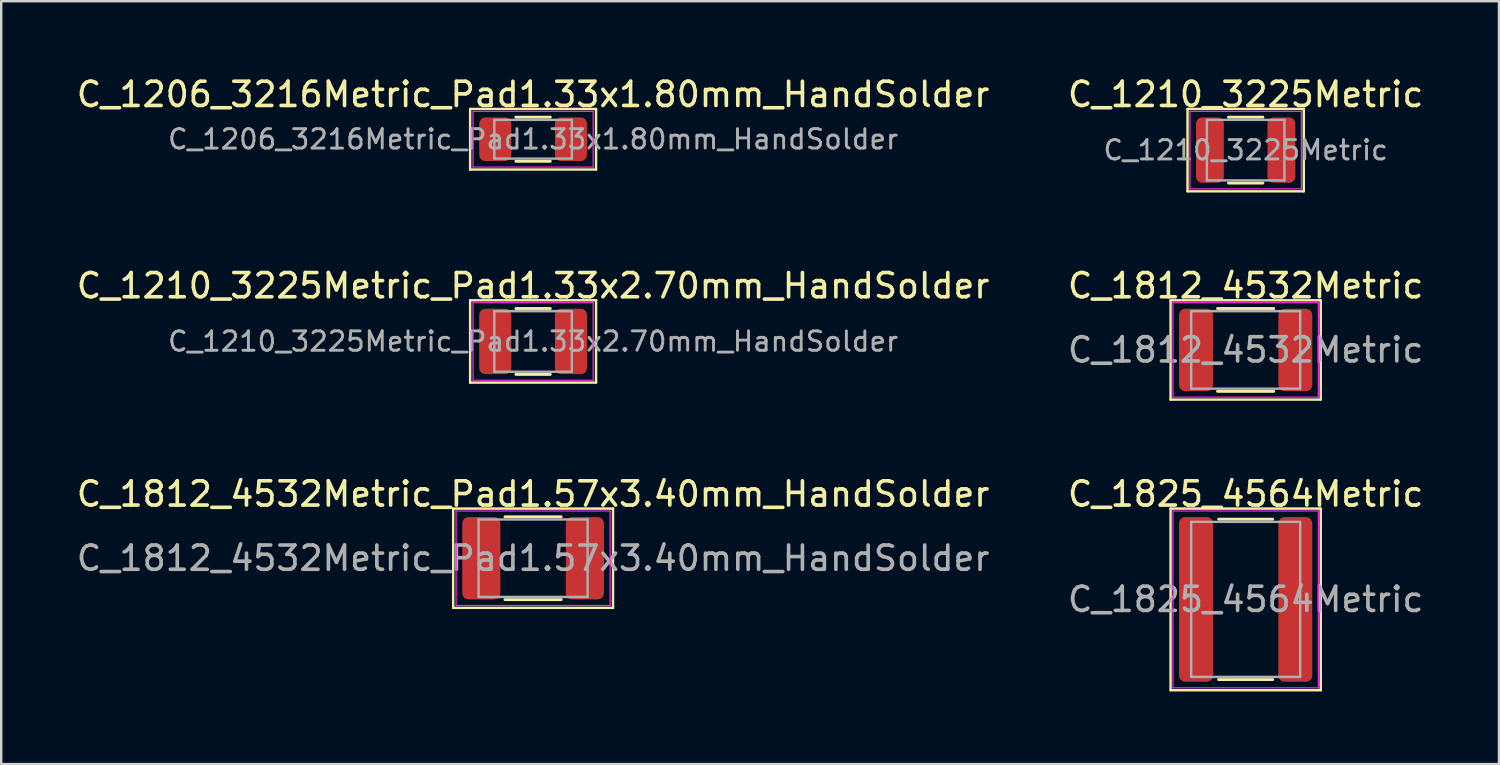
<source format=kicad_pcb>
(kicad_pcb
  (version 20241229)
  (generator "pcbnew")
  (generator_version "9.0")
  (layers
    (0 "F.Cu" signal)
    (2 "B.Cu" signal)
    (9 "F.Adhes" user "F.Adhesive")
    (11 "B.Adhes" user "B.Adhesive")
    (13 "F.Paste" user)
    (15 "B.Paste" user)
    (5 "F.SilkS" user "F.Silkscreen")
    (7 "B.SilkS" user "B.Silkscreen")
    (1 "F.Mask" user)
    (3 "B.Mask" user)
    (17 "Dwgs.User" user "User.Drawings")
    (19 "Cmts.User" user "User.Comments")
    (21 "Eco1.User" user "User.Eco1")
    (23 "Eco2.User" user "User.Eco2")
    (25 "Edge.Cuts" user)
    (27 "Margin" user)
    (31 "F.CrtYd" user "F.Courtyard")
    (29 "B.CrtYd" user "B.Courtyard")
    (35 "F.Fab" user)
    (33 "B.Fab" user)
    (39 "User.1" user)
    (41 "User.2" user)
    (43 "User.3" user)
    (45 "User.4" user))
  (footprint "C_1210_3225Metric"
    (layer "F.Cu")
    (at 48.375 3.148)
    (property "Reference" "C_1210_3225Metric" (at 0 -2.3 0) (layer "F.SilkS") (effects (font (size 1 1) (thickness 0.15))))
    (attr smd)
    (fp_line (start -2.4 -1.7) (end 2.4 -1.7) (stroke (width 0.1) (type default)) (layer "F.SilkS"))
    (fp_line (start -2.4 1.7) (end -2.4 -1.7) (stroke (width 0.1) (type default)) (layer "F.SilkS"))
    (fp_line (start -0.711 -1.36) (end 0.711 -1.36) (stroke (width 0.12) (type solid)) (layer "F.SilkS"))
    (fp_line (start -0.711 1.36) (end 0.711 1.36) (stroke (width 0.12) (type solid)) (layer "F.SilkS"))
    (fp_line (start 2.4 -1.7) (end 2.4 1.7) (stroke (width 0.1) (type default)) (layer "F.SilkS"))
    (fp_line (start 2.4 1.7) (end -2.4 1.7) (stroke (width 0.1) (type default)) (layer "F.SilkS"))
    (fp_line (start -2.3 -1.6) (end 2.3 -1.6) (stroke (width 0.05) (type solid)) (layer "F.CrtYd"))
    (fp_line (start -2.3 1.6) (end -2.3 -1.6) (stroke (width 0.05) (type solid)) (layer "F.CrtYd"))
    (fp_line (start 2.3 -1.6) (end 2.3 1.6) (stroke (width 0.05) (type solid)) (layer "F.CrtYd"))
    (fp_line (start 2.3 1.6) (end -2.3 1.6) (stroke (width 0.05) (type solid)) (layer "F.CrtYd"))
    (fp_line (start -1.6 -1.25) (end 1.6 -1.25) (stroke (width 0.1) (type solid)) (layer "F.Fab"))
    (fp_line (start -1.6 1.25) (end -1.6 -1.25) (stroke (width 0.1) (type solid)) (layer "F.Fab"))
    (fp_line (start 1.6 -1.25) (end 1.6 1.25) (stroke (width 0.1) (type solid)) (layer "F.Fab"))
    (fp_line (start 1.6 1.25) (end -1.6 1.25) (stroke (width 0.1) (type solid)) (layer "F.Fab"))
    (fp_text user "${REFERENCE}" (at 0 0 0) (layer "F.Fab") (effects (font (size 0.8 0.8) (thickness 0.12))))
    (pad "1" smd roundrect (at -1.475 0) (size 1.15 2.7) (layers "F.Cu" "F.Mask" "F.Paste") (roundrect_rratio 0.217))
    (pad "2" smd roundrect (at 1.475 0) (size 1.15 2.7) (layers "F.Cu" "F.Mask" "F.Paste") (roundrect_rratio 0.217)))
  (footprint "C_1812_4532Metric"
    (layer "F.Cu")
    (at 48.375 11.396)
    (property "Reference" "C_1812_4532Metric" (at 0 -2.65 0) (layer "F.SilkS") (effects (font (size 1 1) (thickness 0.15))))
    (attr smd)
    (fp_line (start -3.1 -2.05) (end 3.1 -2.05) (stroke (width 0.1) (type default)) (layer "F.SilkS"))
    (fp_line (start -3.1 2.05) (end -3.1 -2.05) (stroke (width 0.1) (type default)) (layer "F.SilkS"))
    (fp_line (start -1.161 -1.71) (end 1.161 -1.71) (stroke (width 0.12) (type solid)) (layer "F.SilkS"))
    (fp_line (start -1.161 1.71) (end 1.161 1.71) (stroke (width 0.12) (type solid)) (layer "F.SilkS"))
    (fp_line (start 3.1 -2.05) (end 3.1 2.05) (stroke (width 0.1) (type default)) (layer "F.SilkS"))
    (fp_line (start 3.1 2.05) (end -3.1 2.05) (stroke (width 0.1) (type default)) (layer "F.SilkS"))
    (fp_line (start -3 -1.95) (end 3 -1.95) (stroke (width 0.05) (type solid)) (layer "F.CrtYd"))
    (fp_line (start -3 1.95) (end -3 -1.95) (stroke (width 0.05) (type solid)) (layer "F.CrtYd"))
    (fp_line (start 3 -1.95) (end 3 1.95) (stroke (width 0.05) (type solid)) (layer "F.CrtYd"))
    (fp_line (start 3 1.95) (end -3 1.95) (stroke (width 0.05) (type solid)) (layer "F.CrtYd"))
    (fp_line (start -2.25 -1.6) (end 2.25 -1.6) (stroke (width 0.1) (type solid)) (layer "F.Fab"))
    (fp_line (start -2.25 1.6) (end -2.25 -1.6) (stroke (width 0.1) (type solid)) (layer "F.Fab"))
    (fp_line (start 2.25 -1.6) (end 2.25 1.6) (stroke (width 0.1) (type solid)) (layer "F.Fab"))
    (fp_line (start 2.25 1.6) (end -2.25 1.6) (stroke (width 0.1) (type solid)) (layer "F.Fab"))
    (fp_text user "${REFERENCE}" (at 0 0 0) (layer "F.Fab") (effects (font (size 1 1) (thickness 0.15))))
    (pad "1" smd roundrect (at -2.05 0) (size 1.4 3.4) (layers "F.Cu" "F.Mask" "F.Paste") (roundrect_rratio 0.179))
    (pad "2" smd roundrect (at 2.05 0) (size 1.4 3.4) (layers "F.Cu" "F.Mask" "F.Paste") (roundrect_rratio 0.179)))
  (footprint "C_1210_3225Metric_Pad1.33x2.70mm_HandSolder"
    (layer "F.Cu")
    (at 18.958 11.046)
    (property "Reference" "C_1210_3225Metric_Pad1.33x2.70mm_HandSolder" (at 0 -2.3 0) (layer "F.SilkS") (effects (font (size 1 1) (thickness 0.15))))
    (attr smd)
    (fp_line (start -2.6 -1.7) (end 2.6 -1.7) (stroke (width 0.1) (type default)) (layer "F.SilkS"))
    (fp_line (start -2.6 1.7) (end -2.6 -1.7) (stroke (width 0.1) (type default)) (layer "F.SilkS"))
    (fp_line (start -0.711 -1.36) (end 0.711 -1.36) (stroke (width 0.12) (type solid)) (layer "F.SilkS"))
    (fp_line (start -0.711 1.36) (end 0.711 1.36) (stroke (width 0.12) (type solid)) (layer "F.SilkS"))
    (fp_line (start 2.6 -1.7) (end 2.6 1.7) (stroke (width 0.1) (type default)) (layer "F.SilkS"))
    (fp_line (start 2.6 1.7) (end -2.6 1.7) (stroke (width 0.1) (type default)) (layer "F.SilkS"))
    (fp_line (start -2.48 -1.6) (end 2.48 -1.6) (stroke (width 0.05) (type solid)) (layer "F.CrtYd"))
    (fp_line (start -2.48 1.6) (end -2.48 -1.6) (stroke (width 0.05) (type solid)) (layer "F.CrtYd"))
    (fp_line (start 2.48 -1.6) (end 2.48 1.6) (stroke (width 0.05) (type solid)) (layer "F.CrtYd"))
    (fp_line (start 2.48 1.6) (end -2.48 1.6) (stroke (width 0.05) (type solid)) (layer "F.CrtYd"))
    (fp_line (start -1.6 -1.25) (end 1.6 -1.25) (stroke (width 0.1) (type solid)) (layer "F.Fab"))
    (fp_line (start -1.6 1.25) (end -1.6 -1.25) (stroke (width 0.1) (type solid)) (layer "F.Fab"))
    (fp_line (start 1.6 -1.25) (end 1.6 1.25) (stroke (width 0.1) (type solid)) (layer "F.Fab"))
    (fp_line (start 1.6 1.25) (end -1.6 1.25) (stroke (width 0.1) (type solid)) (layer "F.Fab"))
    (fp_text user "${REFERENCE}" (at 0 0 0) (layer "F.Fab") (effects (font (size 0.8 0.8) (thickness 0.12))))
    (pad "1" smd roundrect (at -1.562 0) (size 1.325 2.7) (layers "F.Cu" "F.Mask" "F.Paste") (roundrect_rratio 0.189))
    (pad "2" smd roundrect (at 1.562 0) (size 1.325 2.7) (layers "F.Cu" "F.Mask" "F.Paste") (roundrect_rratio 0.189)))
  (footprint "C_1206_3216Metric_Pad1.33x1.80mm_HandSolder"
    (layer "F.Cu")
    (at 18.958 2.698)
    (property "Reference" "C_1206_3216Metric_Pad1.33x1.80mm_HandSolder" (at 0 -1.85 0) (layer "F.SilkS") (effects (font (size 1 1) (thickness 0.15))))
    (attr smd)
    (fp_line (start -2.6 -1.25) (end 2.6 -1.25) (stroke (width 0.1) (type default)) (layer "F.SilkS"))
    (fp_line (start -2.6 1.25) (end -2.6 -1.25) (stroke (width 0.1) (type default)) (layer "F.SilkS"))
    (fp_line (start -0.711 -0.91) (end 0.711 -0.91) (stroke (width 0.12) (type solid)) (layer "F.SilkS"))
    (fp_line (start -0.711 0.91) (end 0.711 0.91) (stroke (width 0.12) (type solid)) (layer "F.SilkS"))
    (fp_line (start 2.6 -1.25) (end 2.6 1.25) (stroke (width 0.1) (type default)) (layer "F.SilkS"))
    (fp_line (start 2.6 1.25) (end -2.6 1.25) (stroke (width 0.1) (type default)) (layer "F.SilkS"))
    (fp_line (start -2.48 -1.15) (end 2.48 -1.15) (stroke (width 0.05) (type solid)) (layer "F.CrtYd"))
    (fp_line (start -2.48 1.15) (end -2.48 -1.15) (stroke (width 0.05) (type solid)) (layer "F.CrtYd"))
    (fp_line (start 2.48 -1.15) (end 2.48 1.15) (stroke (width 0.05) (type solid)) (layer "F.CrtYd"))
    (fp_line (start 2.48 1.15) (end -2.48 1.15) (stroke (width 0.05) (type solid)) (layer "F.CrtYd"))
    (fp_line (start -1.6 -0.8) (end 1.6 -0.8) (stroke (width 0.1) (type solid)) (layer "F.Fab"))
    (fp_line (start -1.6 0.8) (end -1.6 -0.8) (stroke (width 0.1) (type solid)) (layer "F.Fab"))
    (fp_line (start 1.6 -0.8) (end 1.6 0.8) (stroke (width 0.1) (type solid)) (layer "F.Fab"))
    (fp_line (start 1.6 0.8) (end -1.6 0.8) (stroke (width 0.1) (type solid)) (layer "F.Fab"))
    (fp_text user "${REFERENCE}" (at 0 0 0) (layer "F.Fab") (effects (font (size 0.8 0.8) (thickness 0.12))))
    (pad "1" smd roundrect (at -1.562 0) (size 1.325 1.8) (layers "F.Cu" "F.Mask" "F.Paste") (roundrect_rratio 0.189))
    (pad "2" smd roundrect (at 1.562 0) (size 1.325 1.8) (layers "F.Cu" "F.Mask" "F.Paste") (roundrect_rratio 0.189)))
  (footprint "C_1812_4532Metric_Pad1.57x3.40mm_HandSolder"
    (layer "F.Cu")
    (at 18.958 19.995)
    (property "Reference" "C_1812_4532Metric_Pad1.57x3.40mm_HandSolder" (at 0 -2.65 0) (layer "F.SilkS") (effects (font (size 1 1) (thickness 0.15))))
    (attr smd)
    (fp_line (start -3.3 -2.05) (end 3.3 -2.05) (stroke (width 0.1) (type default)) (layer "F.SilkS"))
    (fp_line (start -3.3 2.05) (end -3.3 -2.05) (stroke (width 0.1) (type default)) (layer "F.SilkS"))
    (fp_line (start -1.161 -1.71) (end 1.161 -1.71) (stroke (width 0.12) (type solid)) (layer "F.SilkS"))
    (fp_line (start -1.161 1.71) (end 1.161 1.71) (stroke (width 0.12) (type solid)) (layer "F.SilkS"))
    (fp_line (start 3.3 -2.05) (end 3.3 2.05) (stroke (width 0.1) (type default)) (layer "F.SilkS"))
    (fp_line (start 3.3 2.05) (end -3.3 2.05) (stroke (width 0.1) (type default)) (layer "F.SilkS"))
    (fp_line (start -3.18 -1.95) (end 3.18 -1.95) (stroke (width 0.05) (type solid)) (layer "F.CrtYd"))
    (fp_line (start -3.18 1.95) (end -3.18 -1.95) (stroke (width 0.05) (type solid)) (layer "F.CrtYd"))
    (fp_line (start 3.18 -1.95) (end 3.18 1.95) (stroke (width 0.05) (type solid)) (layer "F.CrtYd"))
    (fp_line (start 3.18 1.95) (end -3.18 1.95) (stroke (width 0.05) (type solid)) (layer "F.CrtYd"))
    (fp_line (start -2.25 -1.6) (end 2.25 -1.6) (stroke (width 0.1) (type solid)) (layer "F.Fab"))
    (fp_line (start -2.25 1.6) (end -2.25 -1.6) (stroke (width 0.1) (type solid)) (layer "F.Fab"))
    (fp_line (start 2.25 -1.6) (end 2.25 1.6) (stroke (width 0.1) (type solid)) (layer "F.Fab"))
    (fp_line (start 2.25 1.6) (end -2.25 1.6) (stroke (width 0.1) (type solid)) (layer "F.Fab"))
    (fp_text user "${REFERENCE}" (at 0 0 0) (layer "F.Fab") (effects (font (size 1 1) (thickness 0.15))))
    (pad "1" smd roundrect (at -2.138 0) (size 1.575 3.4) (layers "F.Cu" "F.Mask" "F.Paste") (roundrect_rratio 0.159))
    (pad "2" smd roundrect (at 2.138 0) (size 1.575 3.4) (layers "F.Cu" "F.Mask" "F.Paste") (roundrect_rratio 0.159)))
  (footprint "C_1825_4564Metric"
    (layer "F.Cu")
    (at 48.375 21.695)
    (property "Reference" "C_1825_4564Metric" (at 0 -4.35 0) (layer "F.SilkS") (effects (font (size 1 1) (thickness 0.15))))
    (attr smd)
    (fp_line (start -3.1 -3.75) (end 3.1 -3.75) (stroke (width 0.1) (type default)) (layer "F.SilkS"))
    (fp_line (start -3.1 3.75) (end -3.1 -3.75) (stroke (width 0.1) (type default)) (layer "F.SilkS"))
    (fp_line (start -1.116 -3.31) (end 1.116 -3.31) (stroke (width 0.12) (type solid)) (layer "F.SilkS"))
    (fp_line (start -1.116 3.31) (end 1.116 3.31) (stroke (width 0.12) (type solid)) (layer "F.SilkS"))
    (fp_line (start 3.1 -3.75) (end 3.1 3.75) (stroke (width 0.1) (type default)) (layer "F.SilkS"))
    (fp_line (start 3.1 3.75) (end -3.1 3.75) (stroke (width 0.1) (type default)) (layer "F.SilkS"))
    (fp_line (start -3 -3.65) (end 3 -3.65) (stroke (width 0.05) (type solid)) (layer "F.CrtYd"))
    (fp_line (start -3 3.65) (end -3 -3.65) (stroke (width 0.05) (type solid)) (layer "F.CrtYd"))
    (fp_line (start 3 -3.65) (end 3 3.65) (stroke (width 0.05) (type solid)) (layer "F.CrtYd"))
    (fp_line (start 3 3.65) (end -3 3.65) (stroke (width 0.05) (type solid)) (layer "F.CrtYd"))
    (fp_line (start -2.25 -3.2) (end 2.25 -3.2) (stroke (width 0.1) (type solid)) (layer "F.Fab"))
    (fp_line (start -2.25 3.2) (end -2.25 -3.2) (stroke (width 0.1) (type solid)) (layer "F.Fab"))
    (fp_line (start 2.25 -3.2) (end 2.25 3.2) (stroke (width 0.1) (type solid)) (layer "F.Fab"))
    (fp_line (start 2.25 3.2) (end -2.25 3.2) (stroke (width 0.1) (type solid)) (layer "F.Fab"))
    (fp_text user "${REFERENCE}" (at 0 0 0) (layer "F.Fab") (effects (font (size 1 1) (thickness 0.15))))
    (pad "1" smd roundrect (at -2.05 0) (size 1.4 6.8) (layers "F.Cu" "F.Mask" "F.Paste") (roundrect_rratio 0.179))
    (pad "2" smd roundrect (at 2.05 0) (size 1.4 6.8) (layers "F.Cu" "F.Mask" "F.Paste") (roundrect_rratio 0.179)))
  (gr_rect
    (start -3 -3)
    (end 58.833 28.495)
    (stroke (width 0.1) (type default))
    (fill no)
    (layer "Edge.Cuts")))
</source>
